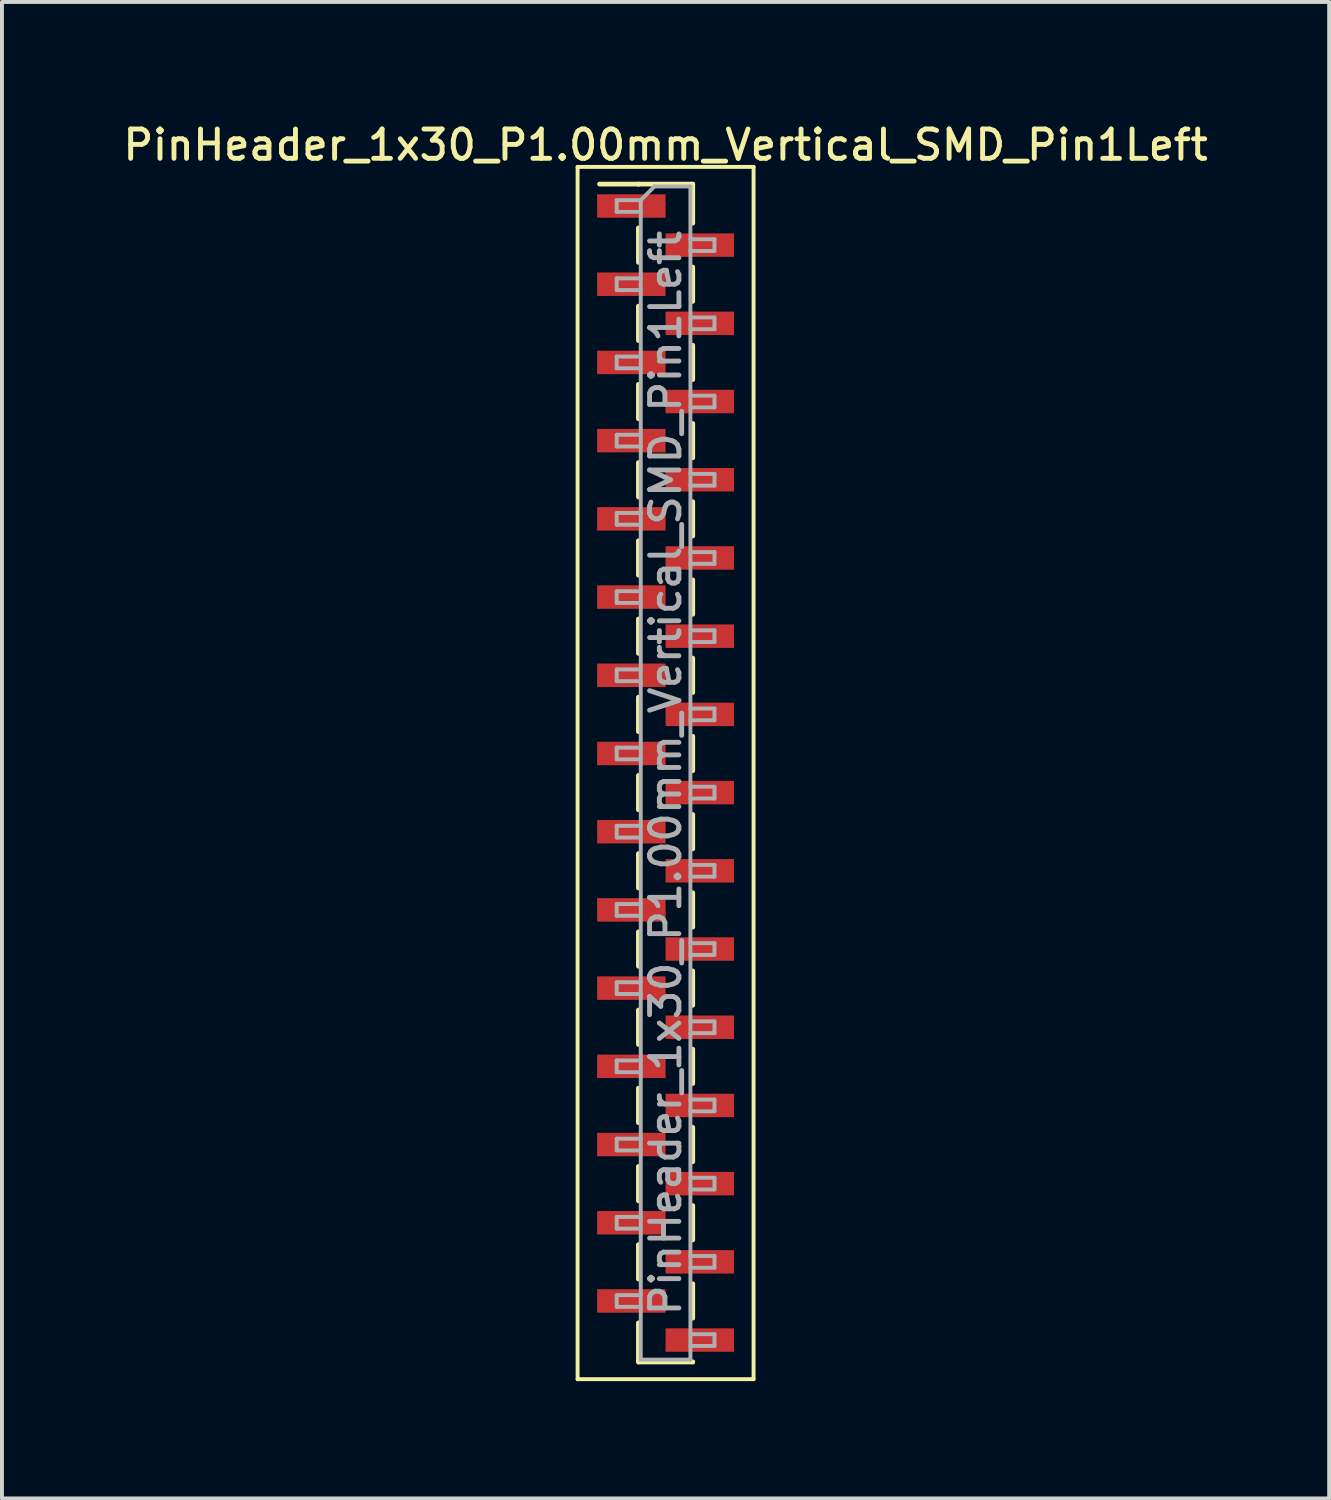
<source format=kicad_pcb>
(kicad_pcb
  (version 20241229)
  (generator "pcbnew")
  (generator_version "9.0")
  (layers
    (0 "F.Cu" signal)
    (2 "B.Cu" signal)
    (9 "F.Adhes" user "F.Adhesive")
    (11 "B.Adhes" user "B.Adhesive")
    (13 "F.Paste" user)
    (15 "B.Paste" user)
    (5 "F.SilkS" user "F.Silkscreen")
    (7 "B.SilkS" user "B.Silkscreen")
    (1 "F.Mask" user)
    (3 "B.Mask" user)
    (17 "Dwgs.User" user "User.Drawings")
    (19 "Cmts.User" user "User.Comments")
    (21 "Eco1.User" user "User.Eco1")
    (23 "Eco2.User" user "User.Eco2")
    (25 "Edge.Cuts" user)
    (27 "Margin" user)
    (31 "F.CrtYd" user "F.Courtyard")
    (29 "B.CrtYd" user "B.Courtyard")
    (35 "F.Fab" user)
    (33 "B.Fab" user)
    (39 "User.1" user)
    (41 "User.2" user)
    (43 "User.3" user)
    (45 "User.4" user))
  (footprint "PinHeader_1x30_P1.00mm_Vertical_SMD_Pin1Left"
    (layer "F.Cu")
    (at 13.97 16.718)
    (property "Reference" "PinHeader_1x30_P1.00mm_Vertical_SMD_Pin1Left" (at 0 -16.06 0) (layer "F.SilkS") (effects (font (size 0.75 0.75) (thickness 0.125))))
    (attr smd)
    (fp_line (start -2.25 -15.5) (end -2.25 15.5) (stroke (width 0.1) (type solid)) (layer "F.SilkS"))
    (fp_line (start -2.25 15.5) (end 2.25 15.5) (stroke (width 0.1) (type solid)) (layer "F.SilkS"))
    (fp_line (start -0.695 -15.06) (end -1.69 -15.06) (stroke (width 0.12) (type solid)) (layer "F.SilkS"))
    (fp_line (start -0.695 -15.06) (end -0.695 -15.06) (stroke (width 0.12) (type solid)) (layer "F.SilkS"))
    (fp_line (start -0.695 -15.06) (end 0.695 -15.06) (stroke (width 0.12) (type solid)) (layer "F.SilkS"))
    (fp_line (start -0.695 -13.94) (end -0.695 -13.06) (stroke (width 0.12) (type solid)) (layer "F.SilkS"))
    (fp_line (start -0.695 -11.94) (end -0.695 -11.06) (stroke (width 0.12) (type solid)) (layer "F.SilkS"))
    (fp_line (start -0.695 -9.94) (end -0.695 -9.06) (stroke (width 0.12) (type solid)) (layer "F.SilkS"))
    (fp_line (start -0.695 -7.94) (end -0.695 -7.06) (stroke (width 0.12) (type solid)) (layer "F.SilkS"))
    (fp_line (start -0.695 -5.94) (end -0.695 -5.06) (stroke (width 0.12) (type solid)) (layer "F.SilkS"))
    (fp_line (start -0.695 -3.94) (end -0.695 -3.06) (stroke (width 0.12) (type solid)) (layer "F.SilkS"))
    (fp_line (start -0.695 -1.94) (end -0.695 -1.06) (stroke (width 0.12) (type solid)) (layer "F.SilkS"))
    (fp_line (start -0.695 0.06) (end -0.695 0.94) (stroke (width 0.12) (type solid)) (layer "F.SilkS"))
    (fp_line (start -0.695 2.06) (end -0.695 2.94) (stroke (width 0.12) (type solid)) (layer "F.SilkS"))
    (fp_line (start -0.695 4.06) (end -0.695 4.94) (stroke (width 0.12) (type solid)) (layer "F.SilkS"))
    (fp_line (start -0.695 6.06) (end -0.695 6.94) (stroke (width 0.12) (type solid)) (layer "F.SilkS"))
    (fp_line (start -0.695 8.06) (end -0.695 8.94) (stroke (width 0.12) (type solid)) (layer "F.SilkS"))
    (fp_line (start -0.695 10.06) (end -0.695 10.94) (stroke (width 0.12) (type solid)) (layer "F.SilkS"))
    (fp_line (start -0.695 12.06) (end -0.695 12.94) (stroke (width 0.12) (type solid)) (layer "F.SilkS"))
    (fp_line (start -0.695 14.06) (end -0.695 15.06) (stroke (width 0.12) (type solid)) (layer "F.SilkS"))
    (fp_line (start -0.695 15.06) (end 0.695 15.06) (stroke (width 0.12) (type solid)) (layer "F.SilkS"))
    (fp_line (start 0.695 -15.06) (end 0.695 -14.06) (stroke (width 0.12) (type solid)) (layer "F.SilkS"))
    (fp_line (start 0.695 -12.94) (end 0.695 -12.06) (stroke (width 0.12) (type solid)) (layer "F.SilkS"))
    (fp_line (start 0.695 -10.94) (end 0.695 -10.06) (stroke (width 0.12) (type solid)) (layer "F.SilkS"))
    (fp_line (start 0.695 -8.94) (end 0.695 -8.06) (stroke (width 0.12) (type solid)) (layer "F.SilkS"))
    (fp_line (start 0.695 -6.94) (end 0.695 -6.06) (stroke (width 0.12) (type solid)) (layer "F.SilkS"))
    (fp_line (start 0.695 -4.94) (end 0.695 -4.06) (stroke (width 0.12) (type solid)) (layer "F.SilkS"))
    (fp_line (start 0.695 -2.94) (end 0.695 -2.06) (stroke (width 0.12) (type solid)) (layer "F.SilkS"))
    (fp_line (start 0.695 -0.94) (end 0.695 -0.06) (stroke (width 0.12) (type solid)) (layer "F.SilkS"))
    (fp_line (start 0.695 1.06) (end 0.695 1.94) (stroke (width 0.12) (type solid)) (layer "F.SilkS"))
    (fp_line (start 0.695 3.06) (end 0.695 3.94) (stroke (width 0.12) (type solid)) (layer "F.SilkS"))
    (fp_line (start 0.695 5.06) (end 0.695 5.94) (stroke (width 0.12) (type solid)) (layer "F.SilkS"))
    (fp_line (start 0.695 7.06) (end 0.695 7.94) (stroke (width 0.12) (type solid)) (layer "F.SilkS"))
    (fp_line (start 0.695 9.06) (end 0.695 9.94) (stroke (width 0.12) (type solid)) (layer "F.SilkS"))
    (fp_line (start 0.695 11.06) (end 0.695 11.94) (stroke (width 0.12) (type solid)) (layer "F.SilkS"))
    (fp_line (start 0.695 13.06) (end 0.695 13.94) (stroke (width 0.12) (type solid)) (layer "F.SilkS"))
    (fp_line (start 0.695 15.06) (end 0.695 15.06) (stroke (width 0.12) (type solid)) (layer "F.SilkS"))
    (fp_line (start 2.25 -15.5) (end -2.25 -15.5) (stroke (width 0.1) (type solid)) (layer "F.SilkS"))
    (fp_line (start 2.25 15.5) (end 2.25 -15.5) (stroke (width 0.1) (type solid)) (layer "F.SilkS"))
    (fp_line (start -1.25 -14.65) (end -1.25 -14.35) (stroke (width 0.1) (type solid)) (layer "F.Fab"))
    (fp_line (start -1.25 -14.35) (end -0.635 -14.35) (stroke (width 0.1) (type solid)) (layer "F.Fab"))
    (fp_line (start -1.25 -12.65) (end -1.25 -12.35) (stroke (width 0.1) (type solid)) (layer "F.Fab"))
    (fp_line (start -1.25 -12.35) (end -0.635 -12.35) (stroke (width 0.1) (type solid)) (layer "F.Fab"))
    (fp_line (start -1.25 -10.65) (end -1.25 -10.35) (stroke (width 0.1) (type solid)) (layer "F.Fab"))
    (fp_line (start -1.25 -10.35) (end -0.635 -10.35) (stroke (width 0.1) (type solid)) (layer "F.Fab"))
    (fp_line (start -1.25 -8.65) (end -1.25 -8.35) (stroke (width 0.1) (type solid)) (layer "F.Fab"))
    (fp_line (start -1.25 -8.35) (end -0.635 -8.35) (stroke (width 0.1) (type solid)) (layer "F.Fab"))
    (fp_line (start -1.25 -6.65) (end -1.25 -6.35) (stroke (width 0.1) (type solid)) (layer "F.Fab"))
    (fp_line (start -1.25 -6.35) (end -0.635 -6.35) (stroke (width 0.1) (type solid)) (layer "F.Fab"))
    (fp_line (start -1.25 -4.65) (end -1.25 -4.35) (stroke (width 0.1) (type solid)) (layer "F.Fab"))
    (fp_line (start -1.25 -4.35) (end -0.635 -4.35) (stroke (width 0.1) (type solid)) (layer "F.Fab"))
    (fp_line (start -1.25 -2.65) (end -1.25 -2.35) (stroke (width 0.1) (type solid)) (layer "F.Fab"))
    (fp_line (start -1.25 -2.35) (end -0.635 -2.35) (stroke (width 0.1) (type solid)) (layer "F.Fab"))
    (fp_line (start -1.25 -0.65) (end -1.25 -0.35) (stroke (width 0.1) (type solid)) (layer "F.Fab"))
    (fp_line (start -1.25 -0.35) (end -0.635 -0.35) (stroke (width 0.1) (type solid)) (layer "F.Fab"))
    (fp_line (start -1.25 1.35) (end -1.25 1.65) (stroke (width 0.1) (type solid)) (layer "F.Fab"))
    (fp_line (start -1.25 1.65) (end -0.635 1.65) (stroke (width 0.1) (type solid)) (layer "F.Fab"))
    (fp_line (start -1.25 3.35) (end -1.25 3.65) (stroke (width 0.1) (type solid)) (layer "F.Fab"))
    (fp_line (start -1.25 3.65) (end -0.635 3.65) (stroke (width 0.1) (type solid)) (layer "F.Fab"))
    (fp_line (start -1.25 5.35) (end -1.25 5.65) (stroke (width 0.1) (type solid)) (layer "F.Fab"))
    (fp_line (start -1.25 5.65) (end -0.635 5.65) (stroke (width 0.1) (type solid)) (layer "F.Fab"))
    (fp_line (start -1.25 7.35) (end -1.25 7.65) (stroke (width 0.1) (type solid)) (layer "F.Fab"))
    (fp_line (start -1.25 7.65) (end -0.635 7.65) (stroke (width 0.1) (type solid)) (layer "F.Fab"))
    (fp_line (start -1.25 9.35) (end -1.25 9.65) (stroke (width 0.1) (type solid)) (layer "F.Fab"))
    (fp_line (start -1.25 9.65) (end -0.635 9.65) (stroke (width 0.1) (type solid)) (layer "F.Fab"))
    (fp_line (start -1.25 11.35) (end -1.25 11.65) (stroke (width 0.1) (type solid)) (layer "F.Fab"))
    (fp_line (start -1.25 11.65) (end -0.635 11.65) (stroke (width 0.1) (type solid)) (layer "F.Fab"))
    (fp_line (start -1.25 13.35) (end -1.25 13.65) (stroke (width 0.1) (type solid)) (layer "F.Fab"))
    (fp_line (start -1.25 13.65) (end -0.635 13.65) (stroke (width 0.1) (type solid)) (layer "F.Fab"))
    (fp_line (start -0.635 -14.65) (end -1.25 -14.65) (stroke (width 0.1) (type solid)) (layer "F.Fab"))
    (fp_line (start -0.635 -14.65) (end -0.285 -15) (stroke (width 0.1) (type solid)) (layer "F.Fab"))
    (fp_line (start -0.635 -12.65) (end -1.25 -12.65) (stroke (width 0.1) (type solid)) (layer "F.Fab"))
    (fp_line (start -0.635 -10.65) (end -1.25 -10.65) (stroke (width 0.1) (type solid)) (layer "F.Fab"))
    (fp_line (start -0.635 -8.65) (end -1.25 -8.65) (stroke (width 0.1) (type solid)) (layer "F.Fab"))
    (fp_line (start -0.635 -6.65) (end -1.25 -6.65) (stroke (width 0.1) (type solid)) (layer "F.Fab"))
    (fp_line (start -0.635 -4.65) (end -1.25 -4.65) (stroke (width 0.1) (type solid)) (layer "F.Fab"))
    (fp_line (start -0.635 -2.65) (end -1.25 -2.65) (stroke (width 0.1) (type solid)) (layer "F.Fab"))
    (fp_line (start -0.635 -0.65) (end -1.25 -0.65) (stroke (width 0.1) (type solid)) (layer "F.Fab"))
    (fp_line (start -0.635 1.35) (end -1.25 1.35) (stroke (width 0.1) (type solid)) (layer "F.Fab"))
    (fp_line (start -0.635 3.35) (end -1.25 3.35) (stroke (width 0.1) (type solid)) (layer "F.Fab"))
    (fp_line (start -0.635 5.35) (end -1.25 5.35) (stroke (width 0.1) (type solid)) (layer "F.Fab"))
    (fp_line (start -0.635 7.35) (end -1.25 7.35) (stroke (width 0.1) (type solid)) (layer "F.Fab"))
    (fp_line (start -0.635 9.35) (end -1.25 9.35) (stroke (width 0.1) (type solid)) (layer "F.Fab"))
    (fp_line (start -0.635 11.35) (end -1.25 11.35) (stroke (width 0.1) (type solid)) (layer "F.Fab"))
    (fp_line (start -0.635 13.35) (end -1.25 13.35) (stroke (width 0.1) (type solid)) (layer "F.Fab"))
    (fp_line (start -0.635 15) (end -0.635 -14.65) (stroke (width 0.1) (type solid)) (layer "F.Fab"))
    (fp_line (start -0.285 -15) (end 0.635 -15) (stroke (width 0.1) (type solid)) (layer "F.Fab"))
    (fp_line (start 0.635 -15) (end 0.635 15) (stroke (width 0.1) (type solid)) (layer "F.Fab"))
    (fp_line (start 0.635 -13.65) (end 1.25 -13.65) (stroke (width 0.1) (type solid)) (layer "F.Fab"))
    (fp_line (start 0.635 -11.65) (end 1.25 -11.65) (stroke (width 0.1) (type solid)) (layer "F.Fab"))
    (fp_line (start 0.635 -9.65) (end 1.25 -9.65) (stroke (width 0.1) (type solid)) (layer "F.Fab"))
    (fp_line (start 0.635 -7.65) (end 1.25 -7.65) (stroke (width 0.1) (type solid)) (layer "F.Fab"))
    (fp_line (start 0.635 -5.65) (end 1.25 -5.65) (stroke (width 0.1) (type solid)) (layer "F.Fab"))
    (fp_line (start 0.635 -3.65) (end 1.25 -3.65) (stroke (width 0.1) (type solid)) (layer "F.Fab"))
    (fp_line (start 0.635 -1.65) (end 1.25 -1.65) (stroke (width 0.1) (type solid)) (layer "F.Fab"))
    (fp_line (start 0.635 0.35) (end 1.25 0.35) (stroke (width 0.1) (type solid)) (layer "F.Fab"))
    (fp_line (start 0.635 2.35) (end 1.25 2.35) (stroke (width 0.1) (type solid)) (layer "F.Fab"))
    (fp_line (start 0.635 4.35) (end 1.25 4.35) (stroke (width 0.1) (type solid)) (layer "F.Fab"))
    (fp_line (start 0.635 6.35) (end 1.25 6.35) (stroke (width 0.1) (type solid)) (layer "F.Fab"))
    (fp_line (start 0.635 8.35) (end 1.25 8.35) (stroke (width 0.1) (type solid)) (layer "F.Fab"))
    (fp_line (start 0.635 10.35) (end 1.25 10.35) (stroke (width 0.1) (type solid)) (layer "F.Fab"))
    (fp_line (start 0.635 12.35) (end 1.25 12.35) (stroke (width 0.1) (type solid)) (layer "F.Fab"))
    (fp_line (start 0.635 14.35) (end 1.25 14.35) (stroke (width 0.1) (type solid)) (layer "F.Fab"))
    (fp_line (start 0.635 15) (end -0.635 15) (stroke (width 0.1) (type solid)) (layer "F.Fab"))
    (fp_line (start 1.25 -13.65) (end 1.25 -13.35) (stroke (width 0.1) (type solid)) (layer "F.Fab"))
    (fp_line (start 1.25 -13.35) (end 0.635 -13.35) (stroke (width 0.1) (type solid)) (layer "F.Fab"))
    (fp_line (start 1.25 -11.65) (end 1.25 -11.35) (stroke (width 0.1) (type solid)) (layer "F.Fab"))
    (fp_line (start 1.25 -11.35) (end 0.635 -11.35) (stroke (width 0.1) (type solid)) (layer "F.Fab"))
    (fp_line (start 1.25 -9.65) (end 1.25 -9.35) (stroke (width 0.1) (type solid)) (layer "F.Fab"))
    (fp_line (start 1.25 -9.35) (end 0.635 -9.35) (stroke (width 0.1) (type solid)) (layer "F.Fab"))
    (fp_line (start 1.25 -7.65) (end 1.25 -7.35) (stroke (width 0.1) (type solid)) (layer "F.Fab"))
    (fp_line (start 1.25 -7.35) (end 0.635 -7.35) (stroke (width 0.1) (type solid)) (layer "F.Fab"))
    (fp_line (start 1.25 -5.65) (end 1.25 -5.35) (stroke (width 0.1) (type solid)) (layer "F.Fab"))
    (fp_line (start 1.25 -5.35) (end 0.635 -5.35) (stroke (width 0.1) (type solid)) (layer "F.Fab"))
    (fp_line (start 1.25 -3.65) (end 1.25 -3.35) (stroke (width 0.1) (type solid)) (layer "F.Fab"))
    (fp_line (start 1.25 -3.35) (end 0.635 -3.35) (stroke (width 0.1) (type solid)) (layer "F.Fab"))
    (fp_line (start 1.25 -1.65) (end 1.25 -1.35) (stroke (width 0.1) (type solid)) (layer "F.Fab"))
    (fp_line (start 1.25 -1.35) (end 0.635 -1.35) (stroke (width 0.1) (type solid)) (layer "F.Fab"))
    (fp_line (start 1.25 0.35) (end 1.25 0.65) (stroke (width 0.1) (type solid)) (layer "F.Fab"))
    (fp_line (start 1.25 0.65) (end 0.635 0.65) (stroke (width 0.1) (type solid)) (layer "F.Fab"))
    (fp_line (start 1.25 2.35) (end 1.25 2.65) (stroke (width 0.1) (type solid)) (layer "F.Fab"))
    (fp_line (start 1.25 2.65) (end 0.635 2.65) (stroke (width 0.1) (type solid)) (layer "F.Fab"))
    (fp_line (start 1.25 4.35) (end 1.25 4.65) (stroke (width 0.1) (type solid)) (layer "F.Fab"))
    (fp_line (start 1.25 4.65) (end 0.635 4.65) (stroke (width 0.1) (type solid)) (layer "F.Fab"))
    (fp_line (start 1.25 6.35) (end 1.25 6.65) (stroke (width 0.1) (type solid)) (layer "F.Fab"))
    (fp_line (start 1.25 6.65) (end 0.635 6.65) (stroke (width 0.1) (type solid)) (layer "F.Fab"))
    (fp_line (start 1.25 8.35) (end 1.25 8.65) (stroke (width 0.1) (type solid)) (layer "F.Fab"))
    (fp_line (start 1.25 8.65) (end 0.635 8.65) (stroke (width 0.1) (type solid)) (layer "F.Fab"))
    (fp_line (start 1.25 10.35) (end 1.25 10.65) (stroke (width 0.1) (type solid)) (layer "F.Fab"))
    (fp_line (start 1.25 10.65) (end 0.635 10.65) (stroke (width 0.1) (type solid)) (layer "F.Fab"))
    (fp_line (start 1.25 12.35) (end 1.25 12.65) (stroke (width 0.1) (type solid)) (layer "F.Fab"))
    (fp_line (start 1.25 12.65) (end 0.635 12.65) (stroke (width 0.1) (type solid)) (layer "F.Fab"))
    (fp_line (start 1.25 14.35) (end 1.25 14.65) (stroke (width 0.1) (type solid)) (layer "F.Fab"))
    (fp_line (start 1.25 14.65) (end 0.635 14.65) (stroke (width 0.1) (type solid)) (layer "F.Fab"))
    (fp_text user "${REFERENCE}" (at 0 0 90) (layer "F.Fab") (effects (font (size 0.75 0.75) (thickness 0.125))))
    (pad "1" smd rect (at -0.875 -14.5) (size 1.75 0.6) (layers "F.Cu" "F.Mask" "F.Paste"))
    (pad "2" smd rect (at 0.875 -13.5) (size 1.75 0.6) (layers "F.Cu" "F.Mask" "F.Paste"))
    (pad "3" smd rect (at -0.875 -12.5) (size 1.75 0.6) (layers "F.Cu" "F.Mask" "F.Paste"))
    (pad "4" smd rect (at 0.875 -11.5) (size 1.75 0.6) (layers "F.Cu" "F.Mask" "F.Paste"))
    (pad "5" smd rect (at -0.875 -10.5) (size 1.75 0.6) (layers "F.Cu" "F.Mask" "F.Paste"))
    (pad "6" smd rect (at 0.875 -9.5) (size 1.75 0.6) (layers "F.Cu" "F.Mask" "F.Paste"))
    (pad "7" smd rect (at -0.875 -8.5) (size 1.75 0.6) (layers "F.Cu" "F.Mask" "F.Paste"))
    (pad "8" smd rect (at 0.875 -7.5) (size 1.75 0.6) (layers "F.Cu" "F.Mask" "F.Paste"))
    (pad "9" smd rect (at -0.875 -6.5) (size 1.75 0.6) (layers "F.Cu" "F.Mask" "F.Paste"))
    (pad "10" smd rect (at 0.875 -5.5) (size 1.75 0.6) (layers "F.Cu" "F.Mask" "F.Paste"))
    (pad "11" smd rect (at -0.875 -4.5) (size 1.75 0.6) (layers "F.Cu" "F.Mask" "F.Paste"))
    (pad "12" smd rect (at 0.875 -3.5) (size 1.75 0.6) (layers "F.Cu" "F.Mask" "F.Paste"))
    (pad "13" smd rect (at -0.875 -2.5) (size 1.75 0.6) (layers "F.Cu" "F.Mask" "F.Paste"))
    (pad "14" smd rect (at 0.875 -1.5) (size 1.75 0.6) (layers "F.Cu" "F.Mask" "F.Paste"))
    (pad "15" smd rect (at -0.875 -0.5) (size 1.75 0.6) (layers "F.Cu" "F.Mask" "F.Paste"))
    (pad "16" smd rect (at 0.875 0.5) (size 1.75 0.6) (layers "F.Cu" "F.Mask" "F.Paste"))
    (pad "17" smd rect (at -0.875 1.5) (size 1.75 0.6) (layers "F.Cu" "F.Mask" "F.Paste"))
    (pad "18" smd rect (at 0.875 2.5) (size 1.75 0.6) (layers "F.Cu" "F.Mask" "F.Paste"))
    (pad "19" smd rect (at -0.875 3.5) (size 1.75 0.6) (layers "F.Cu" "F.Mask" "F.Paste"))
    (pad "20" smd rect (at 0.875 4.5) (size 1.75 0.6) (layers "F.Cu" "F.Mask" "F.Paste"))
    (pad "21" smd rect (at -0.875 5.5) (size 1.75 0.6) (layers "F.Cu" "F.Mask" "F.Paste"))
    (pad "22" smd rect (at 0.875 6.5) (size 1.75 0.6) (layers "F.Cu" "F.Mask" "F.Paste"))
    (pad "23" smd rect (at -0.875 7.5) (size 1.75 0.6) (layers "F.Cu" "F.Mask" "F.Paste"))
    (pad "24" smd rect (at 0.875 8.5) (size 1.75 0.6) (layers "F.Cu" "F.Mask" "F.Paste"))
    (pad "25" smd rect (at -0.875 9.5) (size 1.75 0.6) (layers "F.Cu" "F.Mask" "F.Paste"))
    (pad "26" smd rect (at 0.875 10.5) (size 1.75 0.6) (layers "F.Cu" "F.Mask" "F.Paste"))
    (pad "27" smd rect (at -0.875 11.5) (size 1.75 0.6) (layers "F.Cu" "F.Mask" "F.Paste"))
    (pad "28" smd rect (at 0.875 12.5) (size 1.75 0.6) (layers "F.Cu" "F.Mask" "F.Paste"))
    (pad "29" smd rect (at -0.875 13.5) (size 1.75 0.6) (layers "F.Cu" "F.Mask" "F.Paste"))
    (pad "30" smd rect (at 0.875 14.5) (size 1.75 0.6) (layers "F.Cu" "F.Mask" "F.Paste")))
  (gr_rect
    (start -3 -3)
    (end 30.939 35.268)
    (stroke (width 0.1) (type default))
    (fill no)
    (layer "Edge.Cuts")))
</source>
